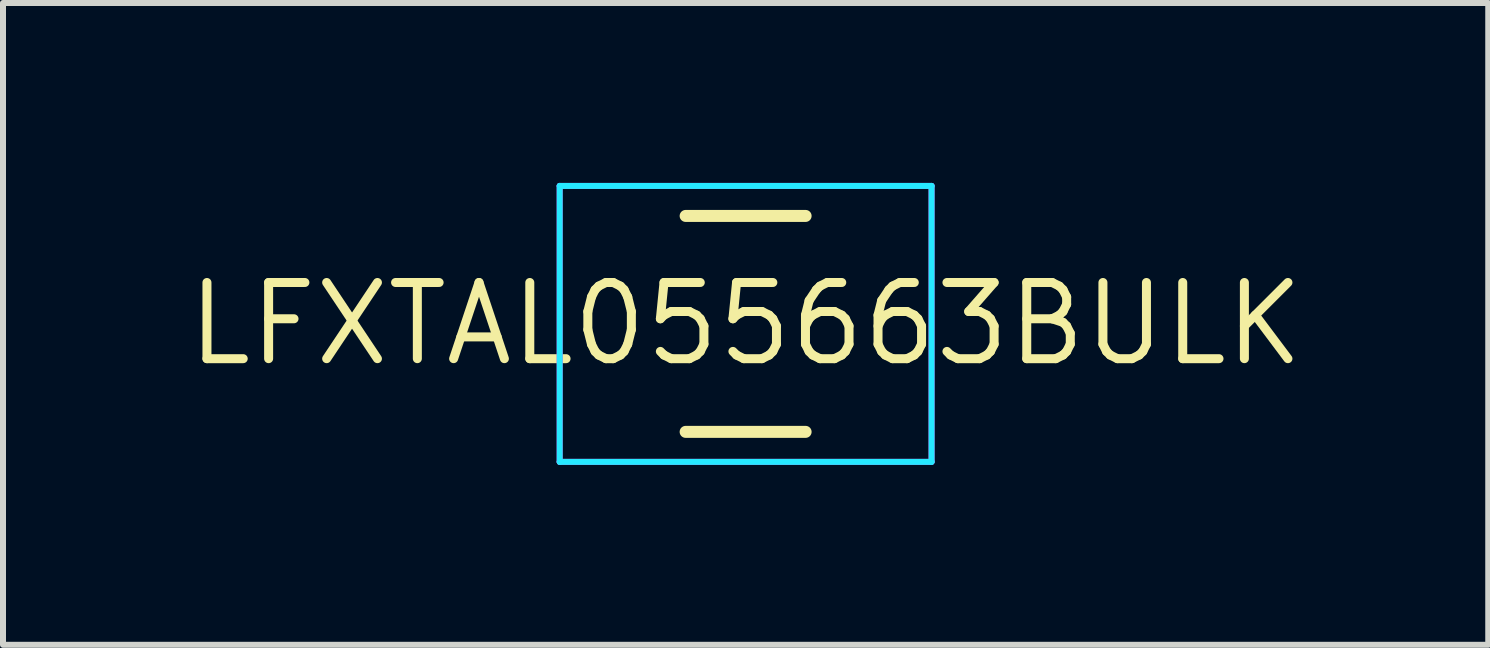
<source format=kicad_pcb>
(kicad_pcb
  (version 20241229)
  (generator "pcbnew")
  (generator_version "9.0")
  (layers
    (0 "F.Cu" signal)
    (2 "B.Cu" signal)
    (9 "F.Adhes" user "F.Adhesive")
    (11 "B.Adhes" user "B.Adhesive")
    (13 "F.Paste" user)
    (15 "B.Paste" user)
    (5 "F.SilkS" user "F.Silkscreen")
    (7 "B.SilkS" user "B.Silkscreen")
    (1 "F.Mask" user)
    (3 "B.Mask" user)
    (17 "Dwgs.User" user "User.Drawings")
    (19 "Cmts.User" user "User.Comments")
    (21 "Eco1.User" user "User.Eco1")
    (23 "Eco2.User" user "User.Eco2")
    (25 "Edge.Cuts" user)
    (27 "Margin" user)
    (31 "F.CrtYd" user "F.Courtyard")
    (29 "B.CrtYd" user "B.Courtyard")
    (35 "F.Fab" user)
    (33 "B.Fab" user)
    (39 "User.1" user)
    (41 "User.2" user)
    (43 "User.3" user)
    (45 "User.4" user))
  (footprint "LFXTAL055663BULK"
    (layer "F.Cu")
    (at 9.381 2.35)
    (property "Reference" "LFXTAL055663BULK" (at 0 0 0) (layer "F.SilkS") (effects (font (size 1.27 1.27) (thickness 0.15))))
    (attr through_hole)
    (fp_line (start -1 -1.8) (end 1 -1.8) (stroke (width 0.2) (type solid)) (layer "F.SilkS"))
    (fp_line (start -1 1.8) (end 1 1.8) (stroke (width 0.2) (type solid)) (layer "F.SilkS"))
    (fp_line (start -3.1 -2.3) (end 3.1 -2.3) (stroke (width 0.1) (type solid)) (layer "B.CrtYd"))
    (fp_line (start -3.1 2.3) (end -3.1 -2.3) (stroke (width 0.1) (type solid)) (layer "B.CrtYd"))
    (fp_line (start -3.1 2.3) (end 3.1 2.3) (stroke (width 0.1) (type solid)) (layer "B.CrtYd"))
    (fp_line (start 3.1 2.3) (end 3.1 -2.3) (stroke (width 0.1) (type solid)) (layer "B.CrtYd"))
    (fp_line (start -3.1 -2.3) (end 3.1 -2.3) (stroke (width 0.1) (type solid)) (layer "F.CrtYd"))
    (fp_line (start -3.1 2.3) (end -3.1 -2.3) (stroke (width 0.1) (type solid)) (layer "F.CrtYd"))
    (fp_line (start -3.1 2.3) (end 3.1 2.3) (stroke (width 0.1) (type solid)) (layer "F.CrtYd"))
    (fp_line (start 3.1 2.3) (end 3.1 -2.3) (stroke (width 0.1) (type solid)) (layer "F.CrtYd")))
  (gr_rect
    (start -3 -3)
    (end 21.762 7.7)
    (stroke (width 0.1) (type default))
    (fill no)
    (layer "Edge.Cuts")))
</source>
